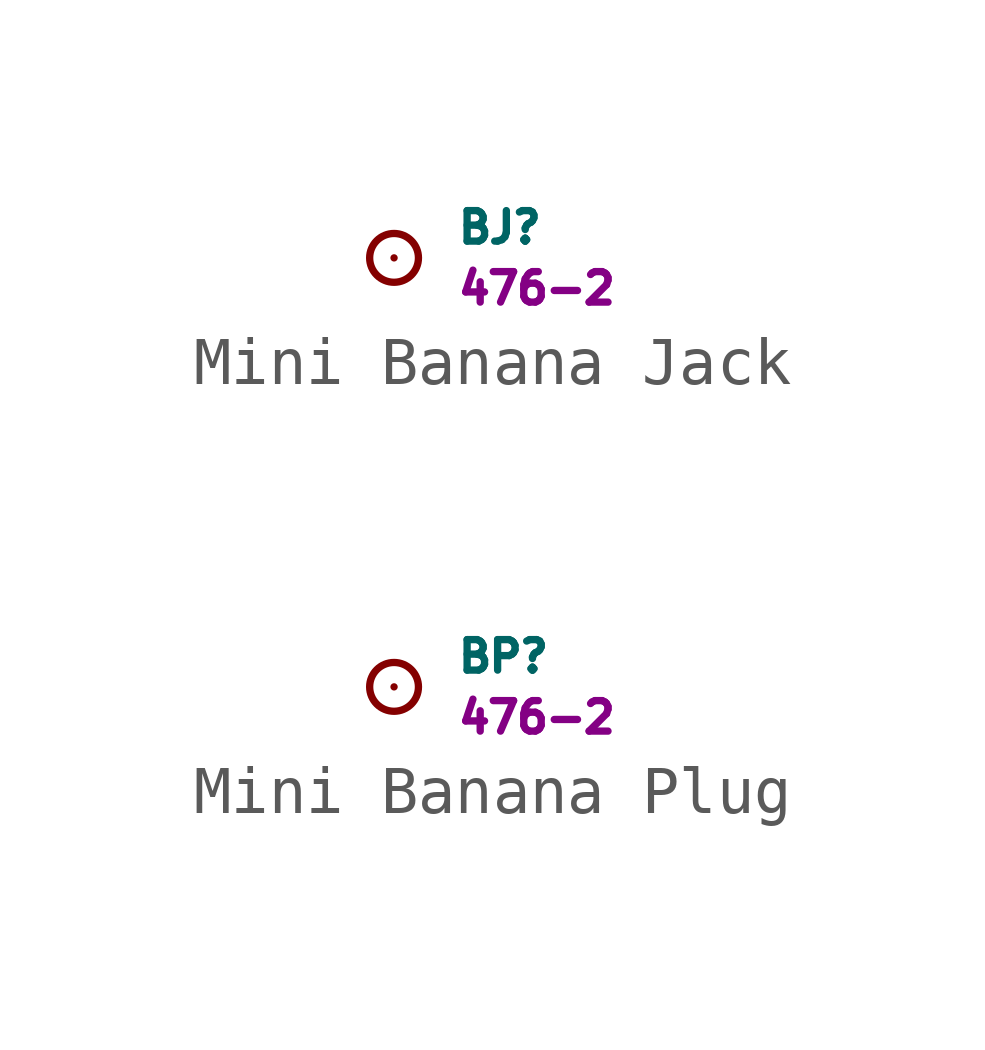
<source format=kicad_sym>
(kicad_symbol_lib
  (version 20220914)
  (generator kicad_symbol_editor)
  (symbol "Mini Banana Jack"
    (pin_numbers hide)
    (pin_names
      (offset 0.762) hide)
    (property "Reference" "BJ"
      (at 1.27 0.635 0)
      (effects (font (size 0.635 0.635)) (justify left)))
    (property "Mfr PN" "476-2"
      (at 1.27 -0.635 0)
      (effects (font (size 0.635 0.635)) (justify left)))
    (symbol "Mini Banana Jack_0_1"
      (circle (center 0 0) (radius 0.508) (stroke (width 0) (type default)) (fill (type none))))
    (symbol "Mini Banana Jack_1_1"
      (pin passive line (at 0 0 90) (length 0) (name "1" (effects (font (size 1.27 1.27)))) (number "1" (effects (font (size 1.27 1.27)))))))
  (symbol "Mini Banana Plug"
    (pin_numbers hide)
    (pin_names
      (offset 0.762) hide)
    (property "Reference" "BP"
      (at 1.27 0.635 0)
      (effects (font (size 0.635 0.635)) (justify left)))
    (property "Mfr PN" "476-2"
      (at 1.27 -0.635 0)
      (effects (font (size 0.635 0.635)) (justify left)))
    (symbol "Mini Banana Plug_0_1"
      (circle (center 0 0) (radius 0.508) (stroke (width 0) (type default)) (fill (type none))))
    (symbol "Mini Banana Plug_1_1"
      (pin passive line (at 0 0 90) (length 0) (name "1" (effects (font (size 1.27 1.27)))) (number "1" (effects (font (size 1.27 1.27))))))))
</source>
